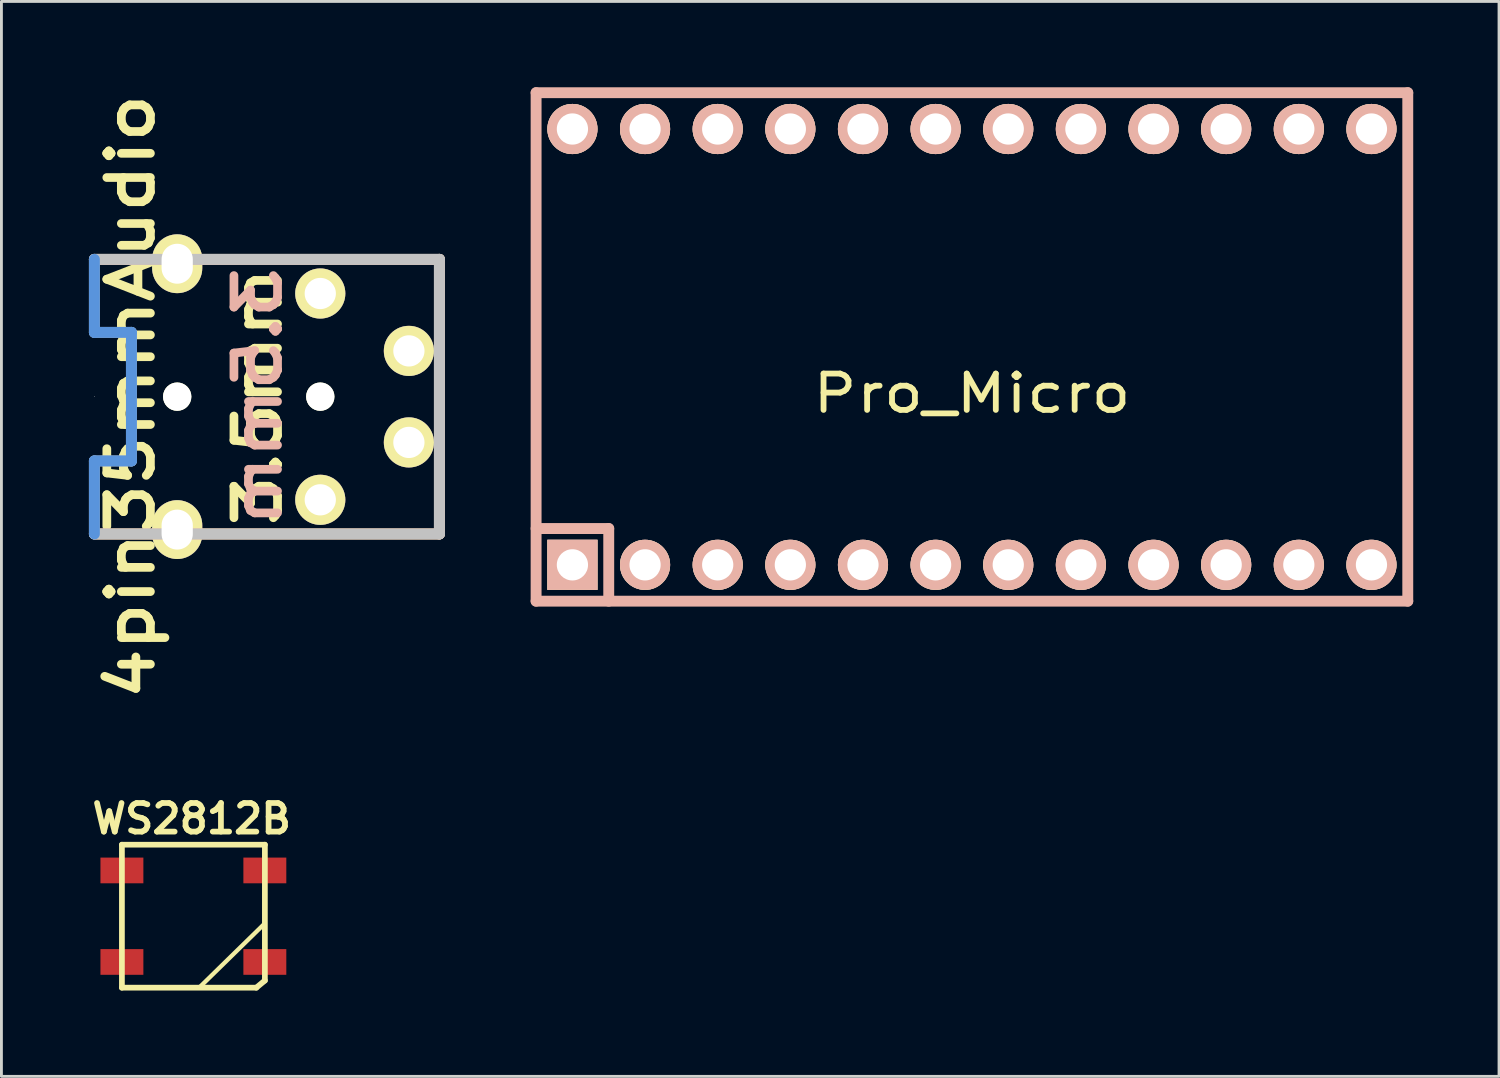
<source format=kicad_pcb>
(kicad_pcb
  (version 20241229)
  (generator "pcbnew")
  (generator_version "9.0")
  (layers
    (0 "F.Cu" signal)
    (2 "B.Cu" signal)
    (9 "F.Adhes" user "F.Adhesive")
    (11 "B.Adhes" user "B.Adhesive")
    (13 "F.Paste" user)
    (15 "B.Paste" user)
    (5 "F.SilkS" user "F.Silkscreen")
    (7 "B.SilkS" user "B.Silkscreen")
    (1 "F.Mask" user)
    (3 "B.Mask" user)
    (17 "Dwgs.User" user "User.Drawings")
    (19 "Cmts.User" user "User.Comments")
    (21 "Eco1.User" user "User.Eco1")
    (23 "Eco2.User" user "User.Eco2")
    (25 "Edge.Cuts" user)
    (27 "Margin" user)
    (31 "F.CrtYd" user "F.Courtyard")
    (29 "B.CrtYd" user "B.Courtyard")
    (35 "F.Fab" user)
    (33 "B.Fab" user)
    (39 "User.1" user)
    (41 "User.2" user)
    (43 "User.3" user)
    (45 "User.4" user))
  (footprint "WS2812B"
    (layer "F.Cu")
    (at 3.712 28.987)
    (property "Reference" "WS2812B" (at -0.06 -3.41 0) (layer "F.SilkS") (effects (font (size 1 1) (thickness 0.2))))
    (attr smd)
    (fp_line (start -2.5 -2.5) (end 2.5 -2.5) (stroke (width 0.2) (type solid)) (layer "F.SilkS"))
    (fp_line (start -2.499 2.499) (end -2.499 -2.499) (stroke (width 0.2) (type solid)) (layer "F.SilkS"))
    (fp_line (start 0.2 2.5) (end 2.5 0.25) (stroke (width 0.15) (type solid)) (layer "F.SilkS"))
    (fp_line (start 2.2 2.5) (end -2.5 2.5) (stroke (width 0.2) (type solid)) (layer "F.SilkS"))
    (fp_line (start 2.2 2.5) (end 2.5 2.25) (stroke (width 0.2) (type solid)) (layer "F.SilkS"))
    (fp_line (start 2.5 2.25) (end 2.5 -2.5) (stroke (width 0.2) (type solid)) (layer "F.SilkS"))
    (pad "1" smd rect (at -2.499 -1.6 90) (size 0.899 1.501) (layers "F.Cu" "F.Mask" "F.Paste"))
    (pad "2" smd rect (at -2.499 1.6 90) (size 0.899 1.501) (layers "F.Cu" "F.Mask" "F.Paste"))
    (pad "3" smd rect (at 2.499 1.6 90) (size 0.899 1.501) (layers "F.Cu" "F.Mask" "F.Paste"))
    (pad "4" smd rect (at 2.499 -1.6 90) (size 0.899 1.501) (layers "F.Cu" "F.Mask" "F.Paste")))
  (footprint "4pin35mmAudio"
    (layer "F.Cu")
    (at 0.25 10.82)
    (property "Reference" "4pin35mmAudio" (at 1.27 0 90) (layer "F.SilkS") (effects (font (size 1.524 1.778) (thickness 0.305))))
    (attr through_hole)
    (fp_line (start 0 -4.801) (end 12.065 -4.801) (stroke (width 0.381) (type solid)) (layer "F.SilkS"))
    (fp_line (start 12.065 -4.801) (end 12.065 4.801) (stroke (width 0.381) (type solid)) (layer "F.SilkS"))
    (fp_line (start 12.065 4.801) (end 0 4.801) (stroke (width 0.381) (type solid)) (layer "F.SilkS"))
    (fp_line (start 0 -4.801) (end 12.065 -4.801) (stroke (width 0.381) (type solid)) (layer "B.SilkS"))
    (fp_line (start 12.065 -4.801) (end 12.065 4.801) (stroke (width 0.381) (type solid)) (layer "B.SilkS"))
    (fp_line (start 12.065 4.801) (end 0 4.801) (stroke (width 0.381) (type solid)) (layer "B.SilkS"))
    (fp_line (start 0 -4.801) (end 0 -2.248) (stroke (width 0.381) (type solid)) (layer "Dwgs.User"))
    (fp_line (start 0 -2.248) (end 1.295 -2.248) (stroke (width 0.381) (type solid)) (layer "Dwgs.User"))
    (fp_line (start 0 0) (end 0 0) (stroke (width 0.025) (type solid)) (layer "Dwgs.User"))
    (fp_line (start 0 2.248) (end 0 4.801) (stroke (width 0.381) (type solid)) (layer "Dwgs.User"))
    (fp_line (start 0 4.801) (end 12.065 4.801) (stroke (width 0.381) (type solid)) (layer "Dwgs.User"))
    (fp_line (start 1.295 -2.248) (end 1.295 2.248) (stroke (width 0.381) (type solid)) (layer "Dwgs.User"))
    (fp_line (start 1.295 2.248) (end 0 2.248) (stroke (width 0.381) (type solid)) (layer "Dwgs.User"))
    (fp_line (start 12.065 -4.801) (end 0 -4.801) (stroke (width 0.381) (type solid)) (layer "Dwgs.User"))
    (fp_line (start 12.065 4.801) (end 12.065 -4.801) (stroke (width 0.381) (type solid)) (layer "Dwgs.User"))
    (fp_line (start 0 -2.248) (end 0 -4.801) (stroke (width 0.381) (type solid)) (layer "Cmts.User"))
    (fp_line (start 0 -2.248) (end 1.295 -2.248) (stroke (width 0.381) (type solid)) (layer "Cmts.User"))
    (fp_line (start 0 4.801) (end 0 2.248) (stroke (width 0.381) (type solid)) (layer "Cmts.User"))
    (fp_line (start 1.295 -2.248) (end 1.295 2.248) (stroke (width 0.381) (type solid)) (layer "Cmts.User"))
    (fp_line (start 1.295 2.248) (end 0 2.248) (stroke (width 0.381) (type solid)) (layer "Cmts.User"))
    (fp_text user "3.5mm" (at 5.715 0 90) (layer "F.SilkS") (effects (font (size 1.524 1.778) (thickness 0.305))))
    (fp_text user "3.5mm" (at 5.715 0 90) (layer "B.SilkS") (effects (font (size 1.524 1.778) (thickness 0.305)) (justify mirror)))
    (pad "" np_thru_hole circle (at 2.896 0) (size 0.991 0.991) (drill 0.991) (layers "*.Cu" "*.Mask" "F.SilkS"))
    (pad "" np_thru_hole circle (at 7.899 0) (size 0.991 0.991) (drill 0.991) (layers "*.Cu" "*.Mask" "F.SilkS"))
    (pad "1" thru_hole oval (at 2.896 -4.648) (size 1.753 2.057) (drill oval 1.092 1.397) (layers "*.Cu" "*.Mask" "F.SilkS"))
    (pad "2" thru_hole circle (at 7.899 3.607) (size 1.753 1.753) (drill 1.092) (layers "*.Cu" "*.Mask" "F.SilkS"))
    (pad "3" thru_hole circle (at 10.998 -1.6) (size 1.753 1.753) (drill 1.092) (layers "*.Cu" "*.Mask" "F.SilkS"))
    (pad "4" thru_hole oval (at 2.896 4.648) (size 1.753 2.057) (drill oval 1.092 1.397) (layers "*.Cu" "*.Mask" "F.SilkS"))
    (pad "5" thru_hole circle (at 10.998 1.6) (size 1.753 1.753) (drill 1.092) (layers "*.Cu" "*.Mask" "F.SilkS"))
    (pad "6" thru_hole circle (at 7.899 -3.607) (size 1.753 1.753) (drill 1.092) (layers "*.Cu" "*.Mask" "F.SilkS")))
  (footprint "Pro_Micro"
    (layer "F.Cu")
    (at 30.936 9.081)
    (property "Reference" "Pro_Micro" (at 0 1.625 180) (layer "F.SilkS") (effects (font (size 1.27 1.524) (thickness 0.203))))
    (attr through_hole)
    (fp_line (start -15.24 -8.89) (end -15.24 8.89) (stroke (width 0.381) (type solid)) (layer "B.SilkS"))
    (fp_line (start -15.24 6.35) (end -12.7 6.35) (stroke (width 0.381) (type solid)) (layer "B.SilkS"))
    (fp_line (start -15.24 8.89) (end 15.24 8.89) (stroke (width 0.381) (type solid)) (layer "B.SilkS"))
    (fp_line (start -12.7 6.35) (end -12.7 8.89) (stroke (width 0.381) (type solid)) (layer "B.SilkS"))
    (fp_line (start 15.24 -8.89) (end -15.24 -8.89) (stroke (width 0.381) (type solid)) (layer "B.SilkS"))
    (fp_line (start 15.24 8.89) (end 15.24 -8.89) (stroke (width 0.381) (type solid)) (layer "B.SilkS"))
    (pad "1" thru_hole rect (at -13.97 7.62) (size 1.753 1.753) (drill 1.092) (layers "*.Cu" "*.SilkS" "*.Mask"))
    (pad "2" thru_hole circle (at -11.43 7.62) (size 1.753 1.753) (drill 1.092) (layers "*.Cu" "*.SilkS" "*.Mask"))
    (pad "3" thru_hole circle (at -8.89 7.62) (size 1.753 1.753) (drill 1.092) (layers "*.Cu" "*.SilkS" "*.Mask"))
    (pad "4" thru_hole circle (at -6.35 7.62) (size 1.753 1.753) (drill 1.092) (layers "*.Cu" "*.SilkS" "*.Mask"))
    (pad "5" thru_hole circle (at -3.81 7.62) (size 1.753 1.753) (drill 1.092) (layers "*.Cu" "*.SilkS" "*.Mask"))
    (pad "6" thru_hole circle (at -1.27 7.62) (size 1.753 1.753) (drill 1.092) (layers "*.Cu" "*.SilkS" "*.Mask"))
    (pad "7" thru_hole circle (at 1.27 7.62) (size 1.753 1.753) (drill 1.092) (layers "*.Cu" "*.SilkS" "*.Mask"))
    (pad "8" thru_hole circle (at 3.81 7.62) (size 1.753 1.753) (drill 1.092) (layers "*.Cu" "*.SilkS" "*.Mask"))
    (pad "9" thru_hole circle (at 6.35 7.62) (size 1.753 1.753) (drill 1.092) (layers "*.Cu" "*.SilkS" "*.Mask"))
    (pad "10" thru_hole circle (at 8.89 7.62) (size 1.753 1.753) (drill 1.092) (layers "*.Cu" "*.SilkS" "*.Mask"))
    (pad "11" thru_hole circle (at 11.43 7.62) (size 1.753 1.753) (drill 1.092) (layers "*.Cu" "*.SilkS" "*.Mask"))
    (pad "12" thru_hole circle (at 13.97 7.62) (size 1.753 1.753) (drill 1.092) (layers "*.Cu" "*.SilkS" "*.Mask"))
    (pad "13" thru_hole circle (at 13.97 -7.62) (size 1.753 1.753) (drill 1.092) (layers "*.Cu" "*.SilkS" "*.Mask"))
    (pad "14" thru_hole circle (at 11.43 -7.62) (size 1.753 1.753) (drill 1.092) (layers "*.Cu" "*.SilkS" "*.Mask"))
    (pad "15" thru_hole circle (at 8.89 -7.62) (size 1.753 1.753) (drill 1.092) (layers "*.Cu" "*.SilkS" "*.Mask"))
    (pad "16" thru_hole circle (at 6.35 -7.62) (size 1.753 1.753) (drill 1.092) (layers "*.Cu" "*.SilkS" "*.Mask"))
    (pad "17" thru_hole circle (at 3.81 -7.62) (size 1.753 1.753) (drill 1.092) (layers "*.Cu" "*.SilkS" "*.Mask"))
    (pad "18" thru_hole circle (at 1.27 -7.62) (size 1.753 1.753) (drill 1.092) (layers "*.Cu" "*.SilkS" "*.Mask"))
    (pad "19" thru_hole circle (at -1.27 -7.62) (size 1.753 1.753) (drill 1.092) (layers "*.Cu" "*.SilkS" "*.Mask"))
    (pad "20" thru_hole circle (at -3.81 -7.62) (size 1.753 1.753) (drill 1.092) (layers "*.Cu" "*.SilkS" "*.Mask"))
    (pad "21" thru_hole circle (at -6.35 -7.62) (size 1.753 1.753) (drill 1.092) (layers "*.Cu" "*.SilkS" "*.Mask"))
    (pad "22" thru_hole circle (at -8.89 -7.62) (size 1.753 1.753) (drill 1.092) (layers "*.Cu" "*.SilkS" "*.Mask"))
    (pad "23" thru_hole circle (at -11.43 -7.62) (size 1.753 1.753) (drill 1.092) (layers "*.Cu" "*.SilkS" "*.Mask"))
    (pad "24" thru_hole circle (at -13.97 -7.62) (size 1.753 1.753) (drill 1.092) (layers "*.Cu" "*.SilkS" "*.Mask")))
  (gr_rect
    (start -3 -3)
    (end 49.367 34.587)
    (stroke (width 0.1) (type default))
    (fill no)
    (layer "Edge.Cuts")))
</source>
